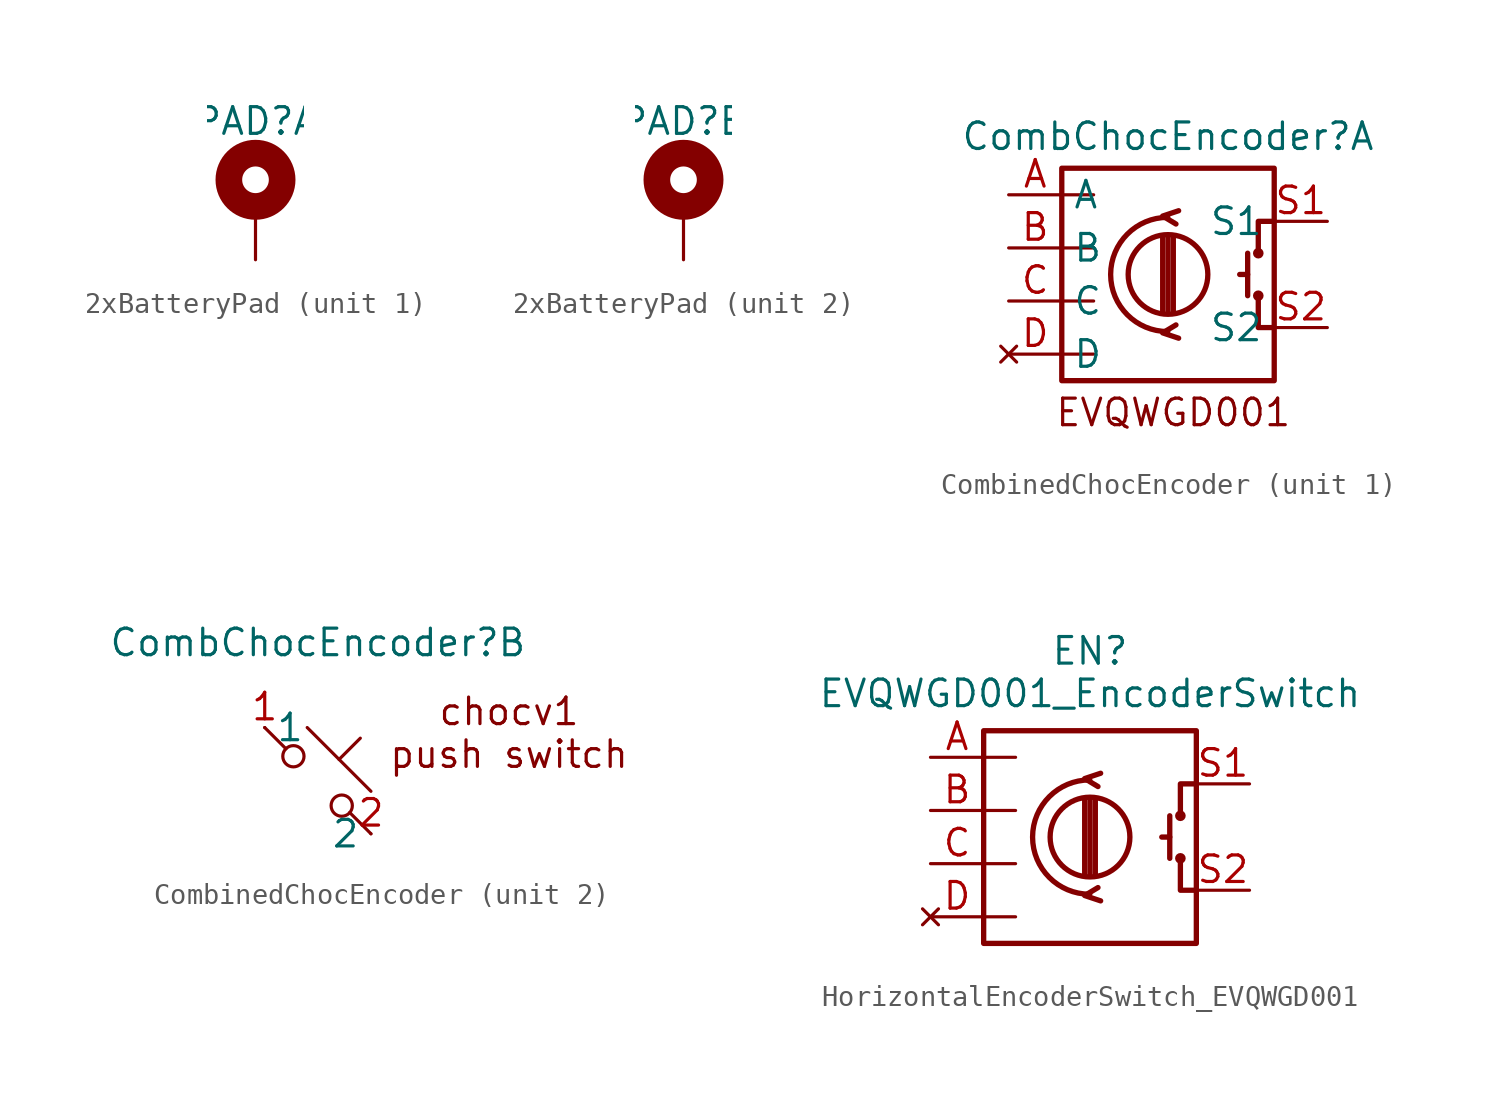
<source format=kicad_sym>
(kicad_symbol_lib
  (version 20241209)
  (generator "kicad_symbol_editor")
  (generator_version "9.0")
  (symbol "2xBatteryPad"
    (pin_numbers
      (hide yes))
    (pin_names
      (hide yes))
    (property "Reference" "PAD"
      (at 0 2.794 0)
      (effects (font (size 1.27 1.27))))
    (property "Value" ""
      (at 0 0 0)
      (effects (font (size 1.27 1.27))))
    (symbol "2xBatteryPad_1_1"
      (circle (center 0 0) (radius 1.27) (stroke (width 1.27) (type default)) (fill (type none)))
      (pin input line (at 0 -3.81 90) (length 2.54) (name "1" (effects (font (size 1.27 1.27)))) (number "1" (effects (font (size 1.27 1.27))))))
    (symbol "2xBatteryPad_2_1"
      (circle (center 0 0) (radius 1.27) (stroke (width 1.27) (type default)) (fill (type none)))
      (pin input line (at 0 -3.81 90) (length 2.54) (name "2" (effects (font (size 1.27 1.27)))) (number "2" (effects (font (size 1.27 1.27)))))))
  (symbol "CombinedChocEncoder"
    (property "Reference" "CombChocEncoder"
      (at 0 6.604 0)
      (effects (font (size 1.27 1.27))))
    (property "Value" ""
      (at 0 0 0)
      (effects (font (size 1.27 1.27))))
    (property "ki_locked" ""
      (at 0 0 0)
      (effects (font (size 1.27 1.27))))
    (symbol "CombinedChocEncoder_1_1"
      (rectangle (start -5.08 5.08) (end 5.08 -5.08) (stroke (width 0.254) (type solid)) (fill (type none)))
      (polyline (pts (xy -5.08 3.81) (xy -3.556 3.81)) (stroke (width 0) (type default)) (fill (type none)))
      (polyline (pts (xy -5.08 1.27) (xy -3.556 1.27)) (stroke (width 0) (type default)) (fill (type none)))
      (polyline (pts (xy -5.08 -1.27) (xy -3.556 -1.27)) (stroke (width 0) (type default)) (fill (type none)))
      (polyline (pts (xy -5.08 -3.81) (xy -3.556 -3.81)) (stroke (width 0) (type default)) (fill (type none)))
      (polyline (pts (xy -0.254 -1.778) (xy -0.254 1.778)) (stroke (width 0.254) (type default)) (fill (type none)))
      (arc (start -0.0127 -2.7305) (mid -2.7305 0) (end -0.0127 2.7305) (stroke (width 0.254) (type default)) (fill (type none)))
      (circle (center 0 0) (radius 1.905) (stroke (width 0.254) (type default)) (fill (type none)))
      (polyline (pts (xy 0 -1.778) (xy 0 1.778)) (stroke (width 0.254) (type default)) (fill (type none)))
      (polyline (pts (xy 0.254 1.778) (xy 0.254 -1.778)) (stroke (width 0.254) (type default)) (fill (type none)))
      (polyline (pts (xy 0.508 3.048) (xy -0.254 2.794) (xy 0.381 2.413)) (stroke (width 0.254) (type default)) (fill (type none)))
      (polyline (pts (xy 0.508 -3.048) (xy -0.254 -2.794) (xy 0.381 -2.413)) (stroke (width 0.254) (type default)) (fill (type none)))
      (polyline (pts (xy 3.81 1.016) (xy 3.81 -1.016)) (stroke (width 0.254) (type default)) (fill (type none)))
      (polyline (pts (xy 3.81 0) (xy 3.429 0)) (stroke (width 0.254) (type default)) (fill (type none)))
      (circle (center 4.318 1.016) (radius 0.127) (stroke (width 0.254) (type default)) (fill (type none)))
      (circle (center 4.318 -1.016) (radius 0.127) (stroke (width 0.254) (type default)) (fill (type none)))
      (polyline (pts (xy 5.08 2.54) (xy 4.318 2.54) (xy 4.318 1.016)) (stroke (width 0.254) (type default)) (fill (type none)))
      (polyline (pts (xy 5.08 -2.54) (xy 4.318 -2.54) (xy 4.318 -1.016)) (stroke (width 0.254) (type default)) (fill (type none)))
      (text "EVQWGD001" (at 0.254 -6.604 0) (effects (font (size 1.27 1.27))))
      (pin passive line (at -7.62 3.81 0) (length 2.54) (name "A" (effects (font (size 1.27 1.27)))) (number "A" (effects (font (size 1.27 1.27)))))
      (pin passive line (at -7.62 1.27 0) (length 2.54) (name "B" (effects (font (size 1.27 1.27)))) (number "B" (effects (font (size 1.27 1.27)))))
      (pin power_in line (at -7.62 -1.27 0) (length 2.54) (name "C" (effects (font (size 1.27 1.27)))) (number "C" (effects (font (size 1.27 1.27)))))
      (pin no_connect line (at -7.62 -3.81 0) (length 2.54) (name "D" (effects (font (size 1.27 1.27)))) (number "D" (effects (font (size 1.27 1.27)))))
      (pin passive line (at 7.62 2.54 180) (length 2.54) (name "S1" (effects (font (size 1.27 1.27)))) (number "S1" (effects (font (size 1.27 1.27)))))
      (pin passive line (at 7.62 -2.54 180) (length 2.54) (name "S2" (effects (font (size 1.27 1.27)))) (number "S2" (effects (font (size 1.27 1.27))))))
    (symbol "CombinedChocEncoder_2_1"
      (polyline (pts (xy -2.54 2.54) (xy -1.524 1.524) (xy -1.524 1.524)) (stroke (width 0) (type default)) (fill (type none)))
      (circle (center -1.168 1.168) (radius 0.508) (stroke (width 0) (type default)) (fill (type none)))
      (polyline (pts (xy -0.508 2.54) (xy 2.54 -0.508)) (stroke (width 0) (type default)) (fill (type none)))
      (polyline (pts (xy 1.016 1.016) (xy 2.032 2.032)) (stroke (width 0) (type default)) (fill (type none)))
      (circle (center 1.143 -1.194) (radius 0.508) (stroke (width 0) (type default)) (fill (type none)))
      (polyline (pts (xy 1.524 -1.524) (xy 2.54 -2.54) (xy 2.54 -2.54) (xy 2.54 -2.54)) (stroke (width 0) (type default)) (fill (type none)))
      (text "chocv1\npush switch" (at 9.144 2.286 0) (effects (font (size 1.27 1.27))))
      (pin passive line (at -2.54 2.54 0) (length 0) (name "1" (effects (font (size 1.27 1.27)))) (number "1" (effects (font (size 1.27 1.27)))))
      (pin passive line (at 2.54 -2.54 180) (length 0) (name "2" (effects (font (size 1.27 1.27)))) (number "2" (effects (font (size 1.27 1.27)))))))
  (symbol "HorizontalEncoderSwitch_EVQWGD001"
    (pin_names
      (hide yes))
    (property "Reference" "EN"
      (at 0 8.89 0)
      (effects (font (size 1.27 1.27))))
    (property "Value" "EVQWGD001_EncoderSwitch"
      (at 0 6.858 0)
      (effects (font (size 1.27 1.27))))
    (symbol "HorizontalEncoderSwitch_EVQWGD001_0_1"
      (polyline (pts (xy -5.08 3.81) (xy -3.556 3.81)) (stroke (width 0) (type default)) (fill (type none)))
      (polyline (pts (xy -5.08 1.27) (xy -3.556 1.27)) (stroke (width 0) (type default)) (fill (type none)))
      (polyline (pts (xy -5.08 -1.27) (xy -3.556 -1.27)) (stroke (width 0) (type default)) (fill (type none)))
      (polyline (pts (xy -5.08 -3.81) (xy -3.556 -3.81)) (stroke (width 0) (type default)) (fill (type none)))
      (polyline (pts (xy -0.254 -1.778) (xy -0.254 1.778)) (stroke (width 0.254) (type default)) (fill (type none)))
      (arc (start -0.0127 -2.7305) (mid -2.7305 0) (end -0.0127 2.7305) (stroke (width 0.254) (type default)) (fill (type none)))
      (circle (center 0 0) (radius 1.905) (stroke (width 0.254) (type default)) (fill (type none)))
      (polyline (pts (xy 0 -1.778) (xy 0 1.778)) (stroke (width 0.254) (type default)) (fill (type none)))
      (polyline (pts (xy 0.254 1.778) (xy 0.254 -1.778)) (stroke (width 0.254) (type default)) (fill (type none)))
      (polyline (pts (xy 0.508 3.048) (xy -0.254 2.794) (xy 0.381 2.413)) (stroke (width 0.254) (type default)) (fill (type none)))
      (polyline (pts (xy 0.508 -3.048) (xy -0.254 -2.794) (xy 0.381 -2.413)) (stroke (width 0.254) (type default)) (fill (type none)))
      (polyline (pts (xy 3.81 1.016) (xy 3.81 -1.016)) (stroke (width 0.254) (type default)) (fill (type none)))
      (polyline (pts (xy 3.81 0) (xy 3.429 0)) (stroke (width 0.254) (type default)) (fill (type none)))
      (circle (center 4.318 1.016) (radius 0.127) (stroke (width 0.254) (type default)) (fill (type none)))
      (circle (center 4.318 -1.016) (radius 0.127) (stroke (width 0.254) (type default)) (fill (type none)))
      (polyline (pts (xy 5.08 2.54) (xy 4.318 2.54) (xy 4.318 1.016)) (stroke (width 0.254) (type default)) (fill (type none)))
      (polyline (pts (xy 5.08 -2.54) (xy 4.318 -2.54) (xy 4.318 -1.016)) (stroke (width 0.254) (type default)) (fill (type none))))
    (symbol "HorizontalEncoderSwitch_EVQWGD001_1_1"
      (rectangle (start -5.08 5.08) (end 5.08 -5.08) (stroke (width 0.254) (type solid)) (fill (type none)))
      (pin passive line (at -7.62 3.81 0) (length 2.54) (name "A" (effects (font (size 1.27 1.27)))) (number "A" (effects (font (size 1.27 1.27)))))
      (pin passive line (at -7.62 1.27 0) (length 2.54) (name "B" (effects (font (size 1.27 1.27)))) (number "B" (effects (font (size 1.27 1.27)))))
      (pin power_in line (at -7.62 -1.27 0) (length 2.54) (name "C" (effects (font (size 1.27 1.27)))) (number "C" (effects (font (size 1.27 1.27)))))
      (pin no_connect line (at -7.62 -3.81 0) (length 2.54) (name "D" (effects (font (size 1.27 1.27)))) (number "D" (effects (font (size 1.27 1.27)))))
      (pin passive line (at 7.62 2.54 180) (length 2.54) (name "S1" (effects (font (size 1.27 1.27)))) (number "S1" (effects (font (size 1.27 1.27)))))
      (pin passive line (at 7.62 -2.54 180) (length 2.54) (name "S2" (effects (font (size 1.27 1.27)))) (number "S2" (effects (font (size 1.27 1.27))))))))
</source>
